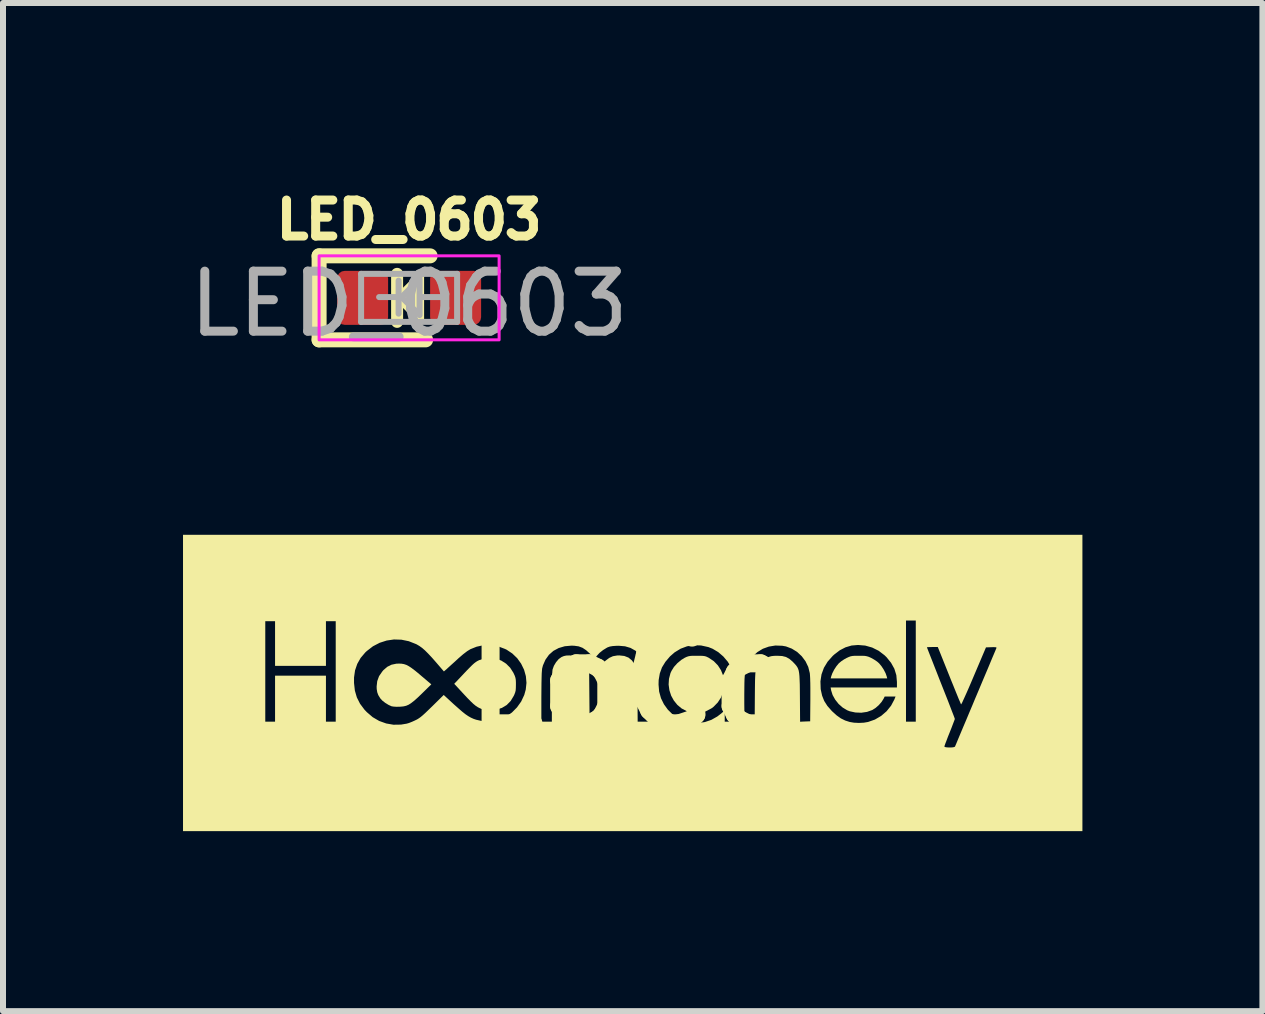
<source format=kicad_pcb>
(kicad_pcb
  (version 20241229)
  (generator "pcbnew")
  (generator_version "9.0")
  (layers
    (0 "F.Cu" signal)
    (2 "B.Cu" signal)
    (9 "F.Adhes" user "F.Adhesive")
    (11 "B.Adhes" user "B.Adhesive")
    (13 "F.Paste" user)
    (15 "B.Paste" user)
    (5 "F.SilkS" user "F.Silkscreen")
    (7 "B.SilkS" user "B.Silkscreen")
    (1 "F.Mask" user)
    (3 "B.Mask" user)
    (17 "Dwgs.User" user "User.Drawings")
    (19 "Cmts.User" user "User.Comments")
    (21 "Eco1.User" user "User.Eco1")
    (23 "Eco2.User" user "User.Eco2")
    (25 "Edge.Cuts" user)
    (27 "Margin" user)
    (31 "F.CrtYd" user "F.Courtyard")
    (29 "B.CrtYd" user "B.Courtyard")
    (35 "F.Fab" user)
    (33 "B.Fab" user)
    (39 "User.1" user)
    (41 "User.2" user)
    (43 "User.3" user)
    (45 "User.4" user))
  (footprint "LED_0603"
    (layer "F.Cu")
    (at 3.768 1.914)
    (property "Reference" "LED_0603" (at 0 -1.3 0) (unlocked yes) (layer "F.SilkS") (effects (font (size 0.6 0.6) (thickness 0.15) (bold yes))))
    (attr smd)
    (fp_line (start -1.5 -0.7) (end -1.5 0.7) (stroke (width 0.25) (type default)) (layer "F.SilkS"))
    (fp_line (start -1.5 -0.7) (end 0.35 -0.7) (stroke (width 0.25) (type default)) (layer "F.SilkS"))
    (fp_line (start -1.5 0.7) (end 0.275 0.7) (stroke (width 0.25) (type default)) (layer "F.SilkS"))
    (fp_line (start -0.2 -0.4) (end -0.2 0.4) (stroke (width 0.2) (type default)) (layer "F.SilkS"))
    (fp_poly (pts (xy -0.2 0) (xy 0.2 -0.4) (xy 0.2 0.4)) (stroke (width 0.1) (type solid)) (fill yes) (layer "F.SilkS"))
    (fp_rect (start -1.5 -0.7) (end 1.5 0.7) (stroke (width 0.05) (type default)) (fill no) (layer "F.CrtYd"))
    (fp_line (start -0.8 -0.4) (end 0.8 -0.4) (stroke (width 0.1) (type solid)) (layer "F.Fab"))
    (fp_line (start -0.8 0.4) (end -0.8 -0.4) (stroke (width 0.1) (type solid)) (layer "F.Fab"))
    (fp_line (start -0.175 -0.287) (end -0.175 0.263) (stroke (width 0.1) (type default)) (layer "F.Fab"))
    (fp_line (start -0.175 -0.013) (end -0.5 -0.013) (stroke (width 0.1) (type default)) (layer "F.Fab"))
    (fp_line (start 0.525 -0.013) (end 0.2 -0.013) (stroke (width 0.1) (type default)) (layer "F.Fab"))
    (fp_line (start 0.8 -0.4) (end 0.8 0.4) (stroke (width 0.1) (type solid)) (layer "F.Fab"))
    (fp_line (start 0.8 0.4) (end -0.8 0.4) (stroke (width 0.1) (type solid)) (layer "F.Fab"))
    (fp_poly (pts (xy -0.125 -0.013) (xy 0.175 -0.312) (xy 0.175 0.287)) (stroke (width 0.1) (type solid)) (fill no) (layer "F.Fab"))
    (fp_text user "${REFERENCE}" (at 0 0.1 0) (unlocked yes) (layer "F.Fab") (effects (font (size 1 1) (thickness 0.15))))
    (pad "1" smd roundrect (at -0.775 0) (size 0.85 0.9) (layers "F.Cu" "F.Mask" "F.Paste") (roundrect_rratio 0.15))
    (pad "2" smd roundrect (at 0.775 0) (size 0.85 0.9) (layers "F.Cu" "F.Mask" "F.Paste") (roundrect_rratio 0.15)))
  (footprint "LoGo"
    (layer "F.Cu")
    (at 7.483 8.326)
    (property "Reference" "LoGo" (at 0 0 0) (layer "F.SilkS") (effects (font (size 1.5 1.5) (thickness 0.3))))
    (attr board_only exclude_from_pos_files exclude_from_bom)
    (fp_poly (pts (xy 3.84 -0.447) (xy 3.882 -0.445) (xy 3.914 -0.439) (xy 3.944 -0.43) (xy 3.978 -0.415) (xy 3.988 -0.41) (xy 4.036 -0.383) (xy 4.085 -0.35) (xy 4.118 -0.321) (xy 4.157 -0.274) (xy 4.195 -0.216) (xy 4.226 -0.156) (xy 4.245 -0.102) (xy 4.245 -0.102) (xy 4.253 -0.07) (xy 3.782 -0.07) (xy 3.311 -0.07) (xy 3.319 -0.102) (xy 3.338 -0.155) (xy 3.369 -0.216) (xy 3.407 -0.274) (xy 3.446 -0.321) (xy 3.446 -0.321) (xy 3.485 -0.354) (xy 3.534 -0.387) (xy 3.576 -0.41) (xy 3.613 -0.427) (xy 3.643 -0.438) (xy 3.674 -0.444) (xy 3.713 -0.447) (xy 3.767 -0.447) (xy 3.782 -0.447)) (stroke (width 0) (type solid)) (fill yes) (layer "F.SilkS"))
    (fp_poly (pts (xy -3.84 -0.315) (xy -3.8 -0.308) (xy -3.761 -0.295) (xy -3.719 -0.273) (xy -3.671 -0.241) (xy -3.614 -0.198) (xy -3.545 -0.141) (xy -3.509 -0.11) (xy -3.345 0.029) (xy -3.502 0.183) (xy -3.572 0.25) (xy -3.63 0.302) (xy -3.679 0.34) (xy -3.722 0.368) (xy -3.764 0.386) (xy -3.806 0.396) (xy -3.853 0.401) (xy -3.875 0.402) (xy -3.925 0.403) (xy -3.972 0.4) (xy -4.005 0.395) (xy -4.008 0.394) (xy -4.057 0.372) (xy -4.111 0.339) (xy -4.16 0.301) (xy -4.196 0.262) (xy -4.198 0.258) (xy -4.229 0.208) (xy -4.246 0.161) (xy -4.255 0.106) (xy -4.256 0.063) (xy -4.246 -0.025) (xy -4.216 -0.107) (xy -4.163 -0.184) (xy -4.143 -0.208) (xy -4.079 -0.263) (xy -4.009 -0.298) (xy -3.929 -0.315) (xy -3.883 -0.317)) (stroke (width 0) (type solid)) (fill yes) (layer "F.SilkS"))
    (fp_poly (pts (xy 1.14 -0.447) (xy 1.182 -0.445) (xy 1.213 -0.441) (xy 1.239 -0.433) (xy 1.266 -0.42) (xy 1.278 -0.414) (xy 1.363 -0.357) (xy 1.431 -0.287) (xy 1.483 -0.206) (xy 1.518 -0.118) (xy 1.535 -0.026) (xy 1.535 0.069) (xy 1.517 0.161) (xy 1.482 0.25) (xy 1.429 0.331) (xy 1.359 0.403) (xy 1.321 0.431) (xy 1.232 0.477) (xy 1.138 0.501) (xy 1.037 0.504) (xy 1.002 0.5) (xy 0.91 0.475) (xy 0.827 0.431) (xy 0.756 0.372) (xy 0.697 0.299) (xy 0.652 0.217) (xy 0.623 0.127) (xy 0.61 0.032) (xy 0.616 -0.063) (xy 0.641 -0.158) (xy 0.658 -0.195) (xy 0.699 -0.261) (xy 0.756 -0.324) (xy 0.822 -0.379) (xy 0.879 -0.414) (xy 0.911 -0.429) (xy 0.938 -0.438) (xy 0.968 -0.444) (xy 1.007 -0.447) (xy 1.061 -0.447) (xy 1.081 -0.447)) (stroke (width 0) (type solid)) (fill yes) (layer "F.SilkS"))
    (fp_poly (pts (xy -2.266 -0.399) (xy -2.179 -0.367) (xy -2.099 -0.316) (xy -2.031 -0.248) (xy -1.977 -0.164) (xy -1.972 -0.153) (xy -1.954 -0.114) (xy -1.943 -0.08) (xy -1.937 -0.046) (xy -1.935 -0.001) (xy -1.935 0.035) (xy -1.936 0.09) (xy -1.939 0.13) (xy -1.947 0.163) (xy -1.96 0.197) (xy -1.971 0.221) (xy -2.023 0.307) (xy -2.089 0.374) (xy -2.169 0.422) (xy -2.262 0.451) (xy -2.339 0.461) (xy -2.4 0.462) (xy -2.447 0.457) (xy -2.49 0.446) (xy -2.495 0.444) (xy -2.534 0.428) (xy -2.57 0.41) (xy -2.606 0.386) (xy -2.645 0.354) (xy -2.69 0.311) (xy -2.744 0.256) (xy -2.805 0.191) (xy -2.963 0.02) (xy -2.822 -0.129) (xy -2.758 -0.197) (xy -2.706 -0.25) (xy -2.665 -0.291) (xy -2.632 -0.321) (xy -2.603 -0.343) (xy -2.578 -0.359) (xy -2.552 -0.372) (xy -2.548 -0.374) (xy -2.454 -0.404) (xy -2.359 -0.412)) (stroke (width 0) (type solid)) (fill yes) (layer "F.SilkS"))
    (fp_poly (pts (xy 7.506 0.006) (xy 7.506 2.475) (xy 0.012 2.475) (xy -7.483 2.475) (xy -7.483 0.006) (xy -7.483 -1.023) (xy -6.112 -1.023) (xy -6.112 -0.186) (xy -6.112 0.651) (xy -6.03 0.651) (xy -5.949 0.651) (xy -5.949 0.267) (xy -5.949 -0.116) (xy -5.525 -0.116) (xy -5.101 -0.116) (xy -5.101 0.267) (xy -5.101 0.651) (xy -5.02 0.651) (xy -4.938 0.651) (xy -4.938 0.006) (xy -4.633 0.006) (xy -4.619 0.133) (xy -4.586 0.247) (xy -4.533 0.352) (xy -4.459 0.451) (xy -4.42 0.492) (xy -4.322 0.576) (xy -4.214 0.639) (xy -4.097 0.681) (xy -3.976 0.702) (xy -3.85 0.7) (xy -3.754 0.684) (xy -3.717 0.673) (xy -3.669 0.654) (xy -3.662 0.651) (xy -1.511 0.651) (xy -1.423 0.651) (xy -1.336 0.651) (xy -1.336 0.245) (xy -1.336 0.132) (xy -1.335 0.031) (xy -1.333 -0.056) (xy -1.331 -0.128) (xy -1.328 -0.182) (xy -1.325 -0.215) (xy -1.324 -0.219) (xy -1.302 -0.28) (xy -1.266 -0.34) (xy -1.222 -0.392) (xy -1.175 -0.426) (xy -1.137 -0.442) (xy -1.096 -0.451) (xy -1.041 -0.453) (xy -1.041 -0.453) (xy -0.95 -0.443) (xy -0.872 -0.413) (xy -0.806 -0.364) (xy -0.753 -0.296) (xy -0.748 -0.288) (xy -0.715 -0.227) (xy -0.711 0.213) (xy -0.707 0.652) (xy -0.624 0.648) (xy -0.54 0.645) (xy -0.534 0.203) (xy -0.533 0.084) (xy -0.531 -0.014) (xy -0.529 -0.094) (xy -0.526 -0.158) (xy -0.522 -0.209) (xy -0.516 -0.248) (xy -0.508 -0.278) (xy -0.498 -0.302) (xy -0.485 -0.322) (xy -0.468 -0.34) (xy -0.448 -0.359) (xy -0.439 -0.367) (xy -0.379 -0.412) (xy -0.318 -0.44) (xy -0.247 -0.452) (xy -0.212 -0.453) (xy -0.129 -0.444) (xy -0.059 -0.417) (xy -0.002 -0.37) (xy 0.046 -0.302) (xy 0.06 -0.273) (xy 0.067 -0.257) (xy 0.073 -0.242) (xy 0.077 -0.224) (xy 0.081 -0.201) (xy 0.084 -0.171) (xy 0.086 -0.131) (xy 0.087 -0.078) (xy 0.088 -0.01) (xy 0.089 0.075) (xy 0.09 0.179) (xy 0.091 0.218) (xy 0.094 0.651) (xy 0.181 0.651) (xy 0.267 0.651) (xy 0.267 0.241) (xy 0.267 0.11) (xy 0.266 0.032) (xy 0.442 0.032) (xy 0.452 0.15) (xy 0.483 0.261) (xy 0.532 0.361) (xy 0.597 0.451) (xy 0.675 0.528) (xy 0.765 0.59) (xy 0.865 0.636) (xy 0.972 0.664) (xy 1.085 0.673) (xy 1.2 0.66) (xy 1.219 0.656) (xy 1.322 0.621) (xy 1.421 0.565) (xy 1.485 0.516) (xy 1.545 0.463) (xy 1.545 0.557) (xy 1.545 0.651) (xy 1.627 0.651) (xy 1.708 0.651) (xy 1.708 0.282) (xy 1.708 0.262) (xy 1.871 0.262) (xy 1.871 0.353) (xy 1.872 0.437) (xy 1.873 0.51) (xy 1.874 0.569) (xy 1.876 0.613) (xy 1.877 0.638) (xy 1.878 0.643) (xy 1.893 0.647) (xy 1.924 0.65) (xy 1.965 0.651) (xy 2.044 0.651) (xy 2.047 0.235) (xy 2.048 0.126) (xy 2.049 0.038) (xy 2.05 -0.033) (xy 2.052 -0.088) (xy 2.054 -0.129) (xy 2.056 -0.161) (xy 2.06 -0.184) (xy 2.064 -0.202) (xy 2.07 -0.217) (xy 2.077 -0.232) (xy 2.079 -0.236) (xy 2.12 -0.3) (xy 2.177 -0.36) (xy 2.24 -0.408) (xy 2.263 -0.42) (xy 2.296 -0.434) (xy 2.33 -0.442) (xy 2.372 -0.446) (xy 2.423 -0.447) (xy 2.502 -0.443) (xy 2.566 -0.427) (xy 2.622 -0.396) (xy 2.677 -0.349) (xy 2.691 -0.334) (xy 2.717 -0.307) (xy 2.738 -0.282) (xy 2.755 -0.257) (xy 2.768 -0.23) (xy 2.778 -0.199) (xy 2.785 -0.159) (xy 2.79 -0.11) (xy 2.793 -0.047) (xy 2.796 0.03) (xy 2.797 0.126) (xy 2.798 0.242) (xy 2.801 0.652) (xy 2.885 0.648) (xy 2.969 0.645) (xy 2.972 0.285) (xy 2.972 0.183) (xy 2.972 0.089) (xy 2.971 0.004) (xy 2.97 -0.021) (xy 3.14 -0.021) (xy 3.144 0.102) (xy 3.146 0.119) (xy 3.168 0.218) (xy 3.203 0.306) (xy 3.255 0.388) (xy 3.327 0.47) (xy 3.338 0.481) (xy 3.411 0.547) (xy 3.48 0.596) (xy 3.553 0.632) (xy 3.628 0.656) (xy 3.699 0.668) (xy 3.781 0.672) (xy 3.863 0.668) (xy 3.934 0.656) (xy 4.048 0.616) (xy 4.152 0.555) (xy 4.242 0.478) (xy 4.317 0.385) (xy 4.374 0.278) (xy 4.374 0.276) (xy 4.392 0.232) (xy 4.301 0.232) (xy 4.211 0.232) (xy 4.192 0.27) (xy 4.159 0.322) (xy 4.112 0.376) (xy 4.058 0.423) (xy 4.004 0.457) (xy 3.917 0.488) (xy 3.821 0.502) (xy 3.722 0.498) (xy 3.629 0.478) (xy 3.586 0.461) (xy 3.511 0.416) (xy 3.443 0.356) (xy 3.386 0.284) (xy 3.343 0.207) (xy 3.318 0.128) (xy 3.318 0.125) (xy 3.31 0.081) (xy 3.863 0.081) (xy 4.415 0.081) (xy 4.415 -0.01) (xy 4.405 -0.124) (xy 4.372 -0.231) (xy 4.317 -0.33) (xy 4.241 -0.424) (xy 4.208 -0.456) (xy 4.111 -0.53) (xy 4.003 -0.584) (xy 3.887 -0.617) (xy 3.767 -0.627) (xy 3.659 -0.618) (xy 3.558 -0.588) (xy 3.463 -0.539) (xy 3.369 -0.467) (xy 3.344 -0.444) (xy 3.26 -0.349) (xy 3.198 -0.247) (xy 3.158 -0.137) (xy 3.14 -0.021) (xy 2.97 -0.021) (xy 2.969 -0.067) (xy 2.966 -0.122) (xy 2.963 -0.157) (xy 2.963 -0.157) (xy 2.937 -0.261) (xy 2.891 -0.356) (xy 2.828 -0.44) (xy 2.752 -0.511) (xy 2.663 -0.566) (xy 2.566 -0.603) (xy 2.503 -0.614) (xy 2.389 -0.618) (xy 2.28 -0.6) (xy 2.18 -0.564) (xy 2.09 -0.509) (xy 2.013 -0.439) (xy 1.951 -0.353) (xy 1.906 -0.255) (xy 1.888 -0.189) (xy 1.883 -0.158) (xy 1.879 -0.116) (xy 1.875 -0.062) (xy 1.873 0.006) (xy 1.872 0.092) (xy 1.871 0.198) (xy 1.871 0.262) (xy 1.708 0.262) (xy 1.708 0.169) (xy 1.707 0.077) (xy 1.705 0.004) (xy 1.703 -0.053) (xy 1.7 -0.097) (xy 1.696 -0.129) (xy 1.691 -0.15) (xy 1.653 -0.252) (xy 1.595 -0.349) (xy 1.522 -0.435) (xy 1.437 -0.508) (xy 1.343 -0.564) (xy 1.273 -0.592) (xy 1.15 -0.619) (xy 1.031 -0.623) (xy 0.917 -0.605) (xy 0.81 -0.565) (xy 0.71 -0.504) (xy 0.633 -0.437) (xy 0.556 -0.346) (xy 0.499 -0.253) (xy 0.463 -0.153) (xy 0.444 -0.042) (xy 0.442 0.032) (xy 0.266 0.032) (xy 0.265 -0.000375) (xy 0.262 -0.092) (xy 0.257 -0.169) (xy 0.25 -0.232) (xy 0.24 -0.284) (xy 0.226 -0.328) (xy 0.208 -0.366) (xy 0.186 -0.401) (xy 0.16 -0.435) (xy 0.131 -0.466) (xy 0.057 -0.532) (xy -0.025 -0.578) (xy -0.116 -0.605) (xy -0.221 -0.614) (xy -0.26 -0.613) (xy -0.322 -0.609) (xy -0.369 -0.601) (xy -0.406 -0.588) (xy -0.418 -0.582) (xy -0.483 -0.542) (xy -0.542 -0.495) (xy -0.587 -0.446) (xy -0.592 -0.439) (xy -0.619 -0.399) (xy -0.702 -0.483) (xy -0.765 -0.54) (xy -0.825 -0.58) (xy -0.889 -0.604) (xy -0.961 -0.614) (xy -1.008 -0.616) (xy -1.121 -0.606) (xy -1.222 -0.576) (xy -1.31 -0.529) (xy -1.384 -0.464) (xy -1.442 -0.383) (xy -1.484 -0.288) (xy -1.498 -0.235) (xy -1.501 -0.204) (xy -1.505 -0.152) (xy -1.507 -0.079) (xy -1.509 0.012) (xy -1.51 0.12) (xy -1.511 0.239) (xy -1.511 0.651) (xy -3.662 0.651) (xy -3.62 0.632) (xy -3.614 0.629) (xy -3.583 0.614) (xy -3.554 0.596) (xy -3.523 0.574) (xy -3.488 0.545) (xy -3.446 0.507) (xy -3.394 0.457) (xy -3.332 0.397) (xy -3.138 0.206) (xy -2.969 0.362) (xy -2.892 0.43) (xy -2.829 0.485) (xy -2.776 0.527) (xy -2.729 0.559) (xy -2.685 0.584) (xy -2.641 0.604) (xy -2.597 0.619) (xy -2.512 0.638) (xy -2.418 0.645) (xy -2.323 0.641) (xy -2.237 0.626) (xy -2.209 0.617) (xy -2.1 0.567) (xy -2.001 0.498) (xy -1.917 0.413) (xy -1.847 0.315) (xy -1.796 0.206) (xy -1.771 0.116) (xy -1.759 0.004) (xy -1.769 -0.107) (xy -1.799 -0.214) (xy -1.848 -0.315) (xy -1.913 -0.406) (xy -1.995 -0.485) (xy -2.091 -0.549) (xy -2.119 -0.562) (xy -2.236 -0.606) (xy -2.353 -0.626) (xy -2.472 -0.624) (xy -2.591 -0.598) (xy -2.693 -0.557) (xy -2.747 -0.524) (xy -2.815 -0.472) (xy -2.896 -0.402) (xy -2.901 -0.397) (xy -2.952 -0.35) (xy -3.001 -0.306) (xy -3.044 -0.267) (xy -3.076 -0.238) (xy -3.085 -0.229) (xy -3.135 -0.186) (xy -3.264 -0.336) (xy -3.336 -0.418) (xy -3.397 -0.483) (xy -3.45 -0.536) (xy -3.497 -0.577) (xy -3.543 -0.61) (xy -3.589 -0.637) (xy -3.602 -0.643) (xy -3.721 -0.69) (xy -3.843 -0.715) (xy -3.967 -0.719) (xy -4.089 -0.701) (xy -4.207 -0.663) (xy -4.318 -0.605) (xy -4.419 -0.527) (xy -4.445 -0.503) (xy -4.523 -0.411) (xy -4.579 -0.312) (xy -4.616 -0.204) (xy -4.633 -0.085) (xy -4.633 0.006) (xy -4.938 0.006) (xy -4.938 -0.186) (xy -4.938 -1.023) (xy -5.02 -1.023) (xy -5.101 -1.023) (xy -5.101 -0.651) (xy -5.101 -0.279) (xy -5.525 -0.279) (xy -5.949 -0.279) (xy -5.949 -0.651) (xy -5.949 -1.023) (xy -6.03 -1.023) (xy -6.112 -1.023) (xy -7.483 -1.023) (xy -7.483 -1.034) (xy 4.566 -1.034) (xy 4.566 -0.192) (xy 4.566 0.651) (xy 4.648 0.651) (xy 4.729 0.651) (xy 4.729 -0.192) (xy 4.729 -0.588) (xy 4.915 -0.588) (xy 4.919 -0.577) (xy 4.931 -0.546) (xy 4.95 -0.497) (xy 4.975 -0.433) (xy 5.006 -0.355) (xy 5.041 -0.265) (xy 5.08 -0.166) (xy 5.122 -0.058) (xy 5.147 0.005) (xy 5.191 0.116) (xy 5.232 0.22) (xy 5.27 0.316) (xy 5.303 0.402) (xy 5.331 0.475) (xy 5.354 0.534) (xy 5.37 0.576) (xy 5.378 0.6) (xy 5.38 0.605) (xy 5.376 0.618) (xy 5.364 0.65) (xy 5.346 0.697) (xy 5.324 0.755) (xy 5.298 0.82) (xy 5.293 0.833) (xy 5.266 0.9) (xy 5.243 0.961) (xy 5.224 1.01) (xy 5.211 1.046) (xy 5.206 1.065) (xy 5.205 1.066) (xy 5.216 1.074) (xy 5.243 1.079) (xy 5.279 1.081) (xy 5.318 1.081) (xy 5.353 1.078) (xy 5.376 1.071) (xy 5.383 1.066) (xy 5.388 1.053) (xy 5.402 1.021) (xy 5.423 0.97) (xy 5.451 0.903) (xy 5.485 0.822) (xy 5.525 0.727) (xy 5.57 0.621) (xy 5.618 0.506) (xy 5.67 0.383) (xy 5.724 0.253) (xy 5.728 0.244) (xy 5.783 0.114) (xy 5.835 -0.01) (xy 5.884 -0.126) (xy 5.929 -0.232) (xy 5.969 -0.328) (xy 6.003 -0.41) (xy 6.032 -0.478) (xy 6.054 -0.53) (xy 6.068 -0.564) (xy 6.074 -0.578) (xy 6.074 -0.579) (xy 6.072 -0.586) (xy 6.056 -0.59) (xy 6.022 -0.591) (xy 5.989 -0.59) (xy 5.899 -0.587) (xy 5.695 -0.107) (xy 5.653 -0.008) (xy 5.614 0.083) (xy 5.578 0.165) (xy 5.546 0.236) (xy 5.52 0.293) (xy 5.501 0.335) (xy 5.488 0.358) (xy 5.484 0.363) (xy 5.478 0.351) (xy 5.465 0.319) (xy 5.444 0.271) (xy 5.418 0.207) (xy 5.387 0.131) (xy 5.352 0.044) (xy 5.313 -0.051) (xy 5.286 -0.119) (xy 5.096 -0.593) (xy 5.005 -0.593) (xy 4.963 -0.592) (xy 4.931 -0.591) (xy 4.916 -0.589) (xy 4.915 -0.588) (xy 4.729 -0.588) (xy 4.729 -1.034) (xy 4.648 -1.034) (xy 4.566 -1.034) (xy -7.483 -1.034) (xy -7.483 -2.463) (xy 0.012 -2.463) (xy 7.506 -2.463)) (stroke (width 0) (type solid)) (fill yes) (layer "F.SilkS")))
  (gr_rect
    (start -3 -3)
    (end 17.989 13.801)
    (stroke (width 0.1) (type default))
    (fill no)
    (layer "Edge.Cuts")))
</source>
